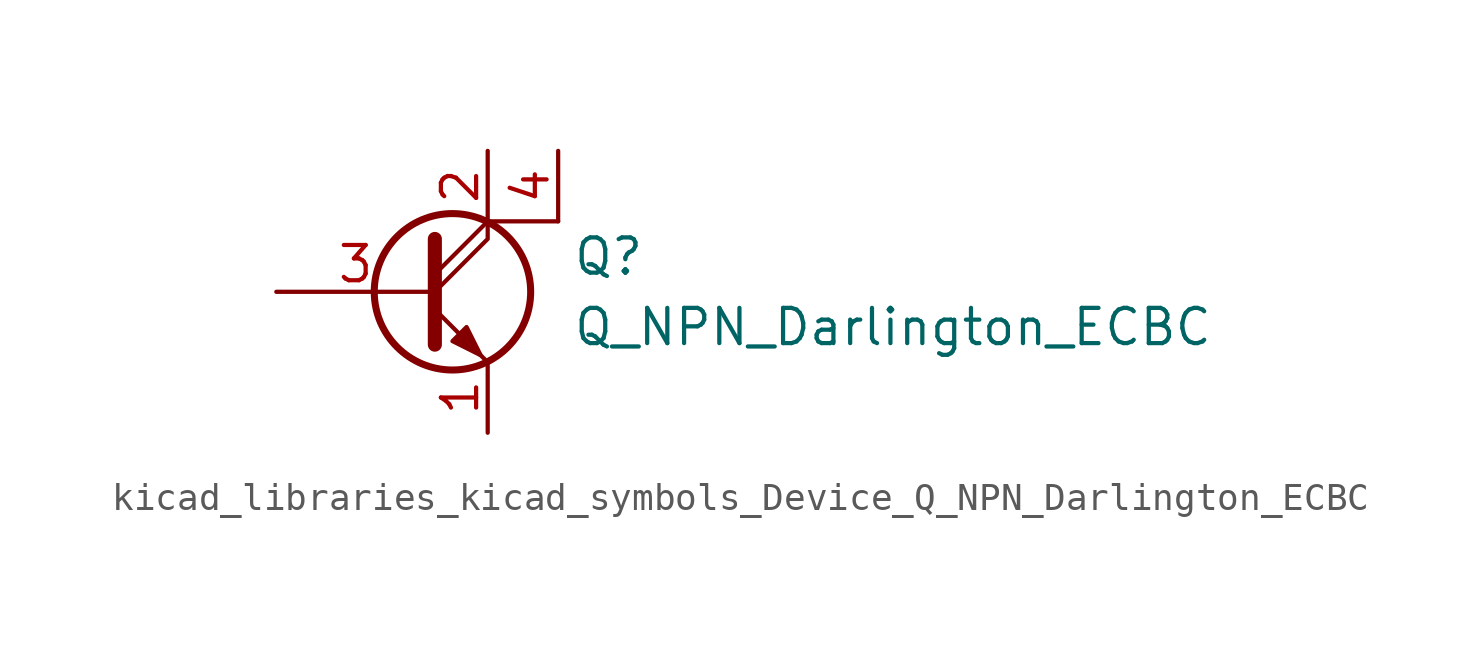
<source format=kicad_sym>
(kicad_symbol_lib
  (version 20220914)
  (generator kicad_symbol_editor)
  (symbol "kicad_libraries_kicad_symbols_Device_Q_NPN_Darlington_ECBC"
    (pin_names
      (offset 0) hide)
    (property "Reference" "Q"
      (at 5.588 1.27 0)
      (effects (font (size 1.27 1.27)) (justify left)))
    (property "Value" "Q_NPN_Darlington_ECBC"
      (at 5.588 -1.27 0)
      (effects (font (size 1.27 1.27)) (justify left)))
    (symbol "kicad_libraries_kicad_symbols_Device_Q_NPN_Darlington_ECBC_0_1"
      (polyline (pts (xy 0.635 0.635) (xy 2.54 2.54)) (stroke (width 0) (type default)) (fill (type none)))
      (polyline (pts (xy 5.08 2.54) (xy 2.54 2.54)) (stroke (width 0) (type default)) (fill (type none)))
      (polyline (pts (xy 0.635 -0.635) (xy 2.54 -2.54) (xy 2.54 -2.54)) (stroke (width 0) (type default)) (fill (type none)))
      (polyline (pts (xy 0.635 0) (xy 2.54 1.905) (xy 2.54 2.54)) (stroke (width 0) (type default)) (fill (type none)))
      (polyline (pts (xy 0.635 1.905) (xy 0.635 -1.905) (xy 0.635 -1.905)) (stroke (width 0.508) (type default)) (fill (type none)))
      (polyline (pts (xy 1.27 -1.778) (xy 1.778 -1.27) (xy 2.286 -2.286) (xy 1.27 -1.778) (xy 1.27 -1.778)) (stroke (width 0) (type default)) (fill (type outline)))
      (circle (center 1.27 0) (radius 2.819) (stroke (width 0.254) (type default)) (fill (type none))))
    (symbol "kicad_libraries_kicad_symbols_Device_Q_NPN_Darlington_ECBC_1_1"
      (pin passive line (at 2.54 -5.08 90) (length 2.54) (name "E" (effects (font (size 1.27 1.27)))) (number "1" (effects (font (size 1.27 1.27)))))
      (pin passive line (at 2.54 5.08 270) (length 2.54) (name "C" (effects (font (size 1.27 1.27)))) (number "2" (effects (font (size 1.27 1.27)))))
      (pin passive line (at -5.08 0 0) (length 5.715) (name "B" (effects (font (size 1.27 1.27)))) (number "3" (effects (font (size 1.27 1.27)))))
      (pin input line (at 5.08 5.08 270) (length 2.54) (name "C2" (effects (font (size 1.27 1.27)))) (number "4" (effects (font (size 1.27 1.27))))))))
</source>
